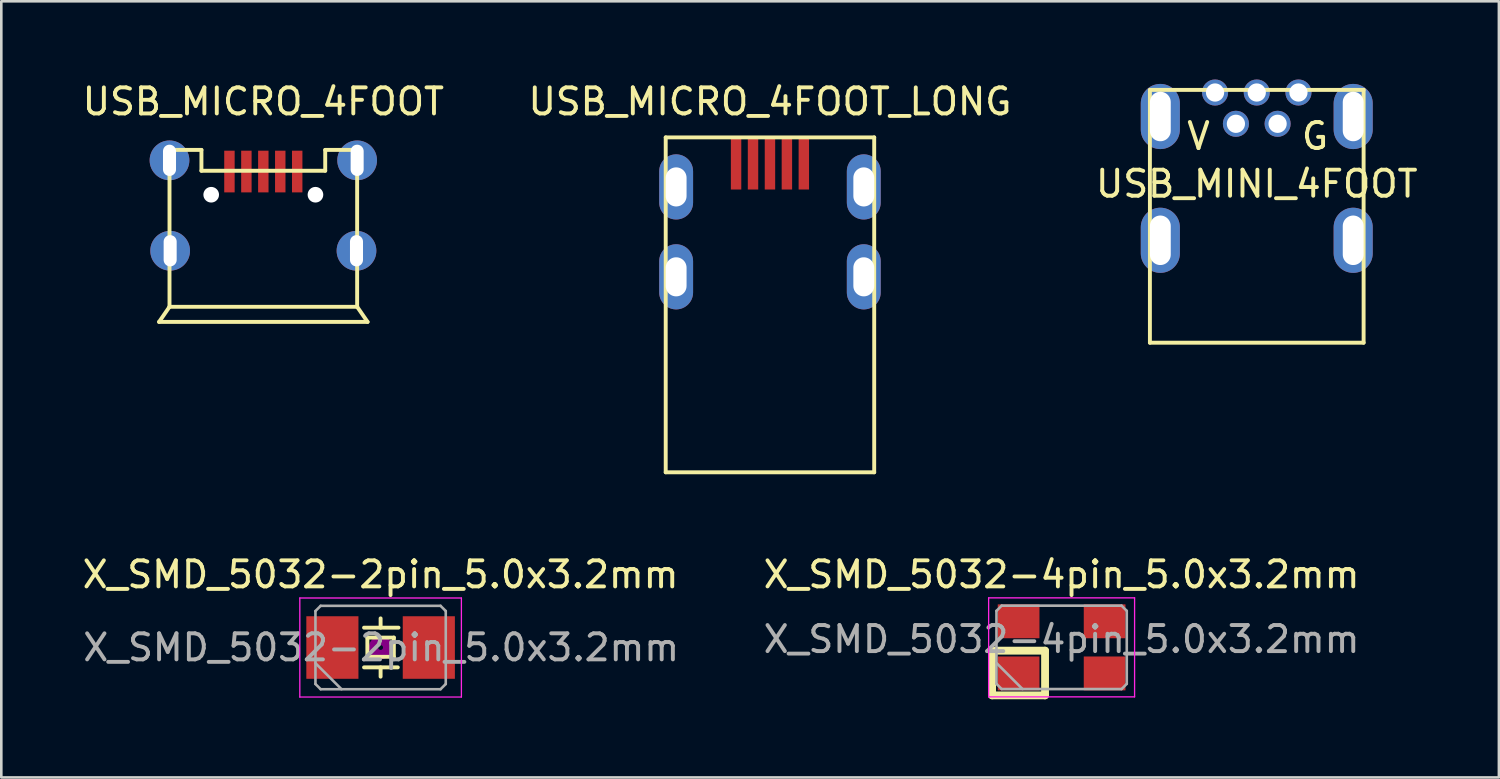
<source format=kicad_pcb>
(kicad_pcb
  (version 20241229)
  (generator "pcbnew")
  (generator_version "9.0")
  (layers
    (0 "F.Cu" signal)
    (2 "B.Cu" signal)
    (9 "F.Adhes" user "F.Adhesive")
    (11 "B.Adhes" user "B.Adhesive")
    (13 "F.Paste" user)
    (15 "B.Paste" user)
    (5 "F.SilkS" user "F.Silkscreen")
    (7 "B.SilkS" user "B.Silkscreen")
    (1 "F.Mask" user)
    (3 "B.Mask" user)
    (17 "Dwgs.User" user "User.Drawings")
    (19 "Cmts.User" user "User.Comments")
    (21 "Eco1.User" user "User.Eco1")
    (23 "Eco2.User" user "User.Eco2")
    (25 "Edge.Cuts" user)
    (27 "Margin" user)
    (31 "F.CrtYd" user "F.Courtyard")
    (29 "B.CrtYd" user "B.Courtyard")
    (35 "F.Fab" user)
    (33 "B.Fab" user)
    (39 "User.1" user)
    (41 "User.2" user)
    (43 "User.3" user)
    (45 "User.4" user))
  (footprint "USB_MINI_4FOOT"
    (layer "F.Cu")
    (at 45.173 0.5)
    (property "Reference" "USB_MINI_4FOOT" (at 0 3.505 0) (layer "F.SilkS") (effects (font (size 1 1) (thickness 0.15))))
    (attr through_hole)
    (fp_line (start -4.1 -0.1) (end -4.1 9.6) (stroke (width 0.15) (type solid)) (layer "F.SilkS"))
    (fp_line (start -4.1 -0.1) (end 4.1 -0.1) (stroke (width 0.15) (type solid)) (layer "F.SilkS"))
    (fp_line (start -4.1 9.6) (end 4.1 9.6) (stroke (width 0.15) (type solid)) (layer "F.SilkS"))
    (fp_line (start 4.1 -0.1) (end 4.1 9.6) (stroke (width 0.15) (type solid)) (layer "F.SilkS"))
    (fp_text user "V" (at -2.235 1.676 0) (layer "F.SilkS") (effects (font (size 1 1) (thickness 0.15))))
    (fp_text user "G" (at 2.235 1.676 0) (layer "F.SilkS") (effects (font (size 1 1) (thickness 0.15))))
    (pad "1" thru_hole circle (at -1.6 0) (size 1 1) (drill 0.7) (layers "*.Cu" "*.Mask"))
    (pad "2" thru_hole circle (at -0.8 1.2) (size 1 1) (drill 0.7) (layers "*.Cu" "*.Mask"))
    (pad "3" thru_hole circle (at 0 0) (size 1 1) (drill 0.7) (layers "*.Cu" "*.Mask"))
    (pad "4" thru_hole circle (at 0.8 1.2) (size 1 1) (drill 0.7) (layers "*.Cu" "*.Mask"))
    (pad "5" thru_hole circle (at 1.6 0) (size 1 1) (drill 0.7) (layers "*.Cu" "*.Mask"))
    (pad "6" thru_hole oval (at -3.7 0.92) (size 1.5 2.5) (drill oval 0.8 1.9) (layers "*.Cu" "*.Mask"))
    (pad "6" thru_hole oval (at -3.7 5.67) (size 1.5 2.5) (drill oval 0.8 1.9) (layers "*.Cu" "*.Mask"))
    (pad "6" thru_hole oval (at 3.7 0.92) (size 1.5 2.5) (drill oval 0.8 1.9) (layers "*.Cu" "*.Mask"))
    (pad "6" thru_hole oval (at 3.7 5.67) (size 1.5 2.5) (drill oval 0.8 1.9) (layers "*.Cu" "*.Mask")))
  (footprint "USB_MICRO_4FOOT"
    (layer "F.Cu")
    (at 7.054 8.722)
    (property "Reference" "USB_MICRO_4FOOT" (at 0 -7.874 0) (layer "F.SilkS") (effects (font (size 1 1) (thickness 0.15))))
    (attr through_hole)
    (fp_line (start -4 0.58) (end 4 0.58) (stroke (width 0.15) (type solid)) (layer "F.SilkS"))
    (fp_line (start -3.6 -6.02) (end -3.6 0) (stroke (width 0.15) (type solid)) (layer "F.SilkS"))
    (fp_line (start -3.6 -6.02) (end -2.375 -6.02) (stroke (width 0.15) (type solid)) (layer "F.SilkS"))
    (fp_line (start -3.6 0) (end -4 0.58) (stroke (width 0.15) (type solid)) (layer "F.SilkS"))
    (fp_line (start -3.6 0) (end 3.6 0) (stroke (width 0.15) (type solid)) (layer "F.SilkS"))
    (fp_line (start -2.375 -6.02) (end -2.375 -5.22) (stroke (width 0.15) (type solid)) (layer "F.SilkS"))
    (fp_line (start -2.375 -5.22) (end 2.375 -5.22) (stroke (width 0.15) (type solid)) (layer "F.SilkS"))
    (fp_line (start 2.375 -6.02) (end 2.375 -5.22) (stroke (width 0.15) (type solid)) (layer "F.SilkS"))
    (fp_line (start 3.6 -6.02) (end 2.375 -6.02) (stroke (width 0.15) (type solid)) (layer "F.SilkS"))
    (fp_line (start 3.6 -6.02) (end 3.6 0) (stroke (width 0.15) (type solid)) (layer "F.SilkS"))
    (fp_line (start 3.6 0) (end 4 0.58) (stroke (width 0.15) (type solid)) (layer "F.SilkS"))
    (pad "" np_thru_hole circle (at -2 -4.3) (size 0.6 0.6) (drill 0.6) (layers "*.Cu"))
    (pad "" np_thru_hole circle (at 2 -4.3) (size 0.6 0.6) (drill 0.6) (layers "*.Cu"))
    (pad "1" smd rect (at -1.3 -5.19) (size 0.4 1.6) (layers "F.Cu" "F.Mask" "F.Paste"))
    (pad "2" smd rect (at -0.65 -5.19) (size 0.4 1.6) (layers "F.Cu" "F.Mask" "F.Paste"))
    (pad "3" smd rect (at 0 -5.19) (size 0.4 1.6) (layers "F.Cu" "F.Mask" "F.Paste"))
    (pad "4" smd rect (at 0.65 -5.19) (size 0.4 1.6) (layers "F.Cu" "F.Mask" "F.Paste"))
    (pad "5" smd rect (at 1.3 -5.19) (size 0.4 1.6) (layers "F.Cu" "F.Mask" "F.Paste"))
    (pad "6" thru_hole circle (at -3.6 -5.62) (size 1.524 1.524) (drill oval 0.5 1.2) (layers "*.Cu" "*.Mask"))
    (pad "6" thru_hole circle (at -3.575 -2.15) (size 1.524 1.524) (drill oval 0.5 1.2) (layers "*.Cu" "*.Mask"))
    (pad "6" thru_hole circle (at 3.575 -2.15) (size 1.524 1.524) (drill oval 0.5 1.2) (layers "*.Cu" "*.Mask"))
    (pad "6" thru_hole circle (at 3.6 -5.62) (size 1.524 1.524) (drill oval 0.5 1.2) (layers "*.Cu" "*.Mask")))
  (footprint "X_SMD_5032-2pin_5.0x3.2mm"
    (layer "F.Cu")
    (at 11.554 21.796)
    (property "Reference" "X_SMD_5032-2pin_5.0x3.2mm" (at 0 -2.8 0) (layer "F.SilkS") (effects (font (size 1 1) (thickness 0.15))))
    (attr smd)
    (fp_line (start -0.635 -0.762) (end 0.686 -0.762) (stroke (width 0.15) (type solid)) (layer "F.SilkS"))
    (fp_line (start -0.635 0.762) (end 0.66 0.762) (stroke (width 0.15) (type solid)) (layer "F.SilkS"))
    (fp_line (start -0.508 -0.381) (end -0.508 0.356) (stroke (width 0.15) (type solid)) (layer "F.SilkS"))
    (fp_line (start -0.508 0.356) (end 0.508 0.356) (stroke (width 0.15) (type solid)) (layer "F.SilkS"))
    (fp_line (start 0 -0.762) (end 0 -1.118) (stroke (width 0.15) (type solid)) (layer "F.SilkS"))
    (fp_line (start 0 0.762) (end 0 1.118) (stroke (width 0.15) (type solid)) (layer "F.SilkS"))
    (fp_line (start 0.508 -0.381) (end -0.508 -0.381) (stroke (width 0.15) (type solid)) (layer "F.SilkS"))
    (fp_line (start 0.508 0.356) (end 0.508 -0.381) (stroke (width 0.15) (type solid)) (layer "F.SilkS"))
    (fp_circle (center 0 0) (end 0.093 0) (stroke (width 0.187) (type solid)) (fill no) (layer "F.Adhes"))
    (fp_circle (center 0 0) (end 0.213 0) (stroke (width 0.133) (type solid)) (fill no) (layer "F.Adhes"))
    (fp_circle (center 0 0) (end 0.333 0) (stroke (width 0.133) (type solid)) (fill no) (layer "F.Adhes"))
    (fp_circle (center 0 0) (end 0.4 0) (stroke (width 0.1) (type solid)) (fill no) (layer "F.Adhes"))
    (fp_line (start -3.1 -1.9) (end -3.1 1.9) (stroke (width 0.05) (type solid)) (layer "F.CrtYd"))
    (fp_line (start -3.1 1.9) (end 3.1 1.9) (stroke (width 0.05) (type solid)) (layer "F.CrtYd"))
    (fp_line (start 3.1 -1.9) (end -3.1 -1.9) (stroke (width 0.05) (type solid)) (layer "F.CrtYd"))
    (fp_line (start 3.1 1.9) (end 3.1 -1.9) (stroke (width 0.05) (type solid)) (layer "F.CrtYd"))
    (fp_line (start -2.5 -1.4) (end -2.3 -1.6) (stroke (width 0.1) (type solid)) (layer "F.Fab"))
    (fp_line (start -2.5 0.6) (end -1.5 1.6) (stroke (width 0.1) (type solid)) (layer "F.Fab"))
    (fp_line (start -2.5 1.4) (end -2.5 -1.4) (stroke (width 0.1) (type solid)) (layer "F.Fab"))
    (fp_line (start -2.3 -1.6) (end 2.3 -1.6) (stroke (width 0.1) (type solid)) (layer "F.Fab"))
    (fp_line (start -2.3 1.6) (end -2.5 1.4) (stroke (width 0.1) (type solid)) (layer "F.Fab"))
    (fp_line (start 2.3 -1.6) (end 2.5 -1.4) (stroke (width 0.1) (type solid)) (layer "F.Fab"))
    (fp_line (start 2.3 1.6) (end -2.3 1.6) (stroke (width 0.1) (type solid)) (layer "F.Fab"))
    (fp_line (start 2.5 -1.4) (end 2.5 1.4) (stroke (width 0.1) (type solid)) (layer "F.Fab"))
    (fp_line (start 2.5 1.4) (end 2.3 1.6) (stroke (width 0.1) (type solid)) (layer "F.Fab"))
    (fp_text user "${REFERENCE}" (at 0.024 0 0) (layer "F.Fab") (effects (font (size 1 1) (thickness 0.15))))
    (pad "1" smd rect (at -1.85 0) (size 2 2.4) (layers "F.Cu" "F.Mask"))
    (pad "2" smd rect (at 1.85 0) (size 2 2.4) (layers "F.Cu" "F.Mask")))
  (footprint "X_SMD_5032-4pin_5.0x3.2mm"
    (layer "F.Cu")
    (at 37.685 21.79)
    (property "Reference" "X_SMD_5032-4pin_5.0x3.2mm" (at 0 -2.794 0) (layer "F.SilkS") (effects (font (size 1 1) (thickness 0.15))))
    (attr smd)
    (fp_line (start -2.667 0.127) (end -0.635 0.127) (stroke (width 0.3) (type solid)) (layer "F.SilkS"))
    (fp_line (start -2.667 1.841) (end -2.667 0.127) (stroke (width 0.3) (type solid)) (layer "F.SilkS"))
    (fp_line (start -0.635 0.127) (end -0.635 1.841) (stroke (width 0.3) (type solid)) (layer "F.SilkS"))
    (fp_line (start -0.635 1.841) (end -2.667 1.841) (stroke (width 0.3) (type solid)) (layer "F.SilkS"))
    (fp_line (start -2.8 -1.9) (end -2.8 1.9) (stroke (width 0.05) (type solid)) (layer "F.CrtYd"))
    (fp_line (start -2.8 1.9) (end 2.8 1.9) (stroke (width 0.05) (type solid)) (layer "F.CrtYd"))
    (fp_line (start 2.8 -1.9) (end -2.8 -1.9) (stroke (width 0.05) (type solid)) (layer "F.CrtYd"))
    (fp_line (start 2.8 1.9) (end 2.8 -1.9) (stroke (width 0.05) (type solid)) (layer "F.CrtYd"))
    (fp_line (start -2.5 -1.4) (end -2.3 -1.6) (stroke (width 0.1) (type solid)) (layer "F.Fab"))
    (fp_line (start -2.5 0.6) (end -1.5 1.6) (stroke (width 0.1) (type solid)) (layer "F.Fab"))
    (fp_line (start -2.5 1.4) (end -2.5 -1.4) (stroke (width 0.1) (type solid)) (layer "F.Fab"))
    (fp_line (start -2.3 -1.6) (end 2.3 -1.6) (stroke (width 0.1) (type solid)) (layer "F.Fab"))
    (fp_line (start -2.3 1.6) (end -2.5 1.4) (stroke (width 0.1) (type solid)) (layer "F.Fab"))
    (fp_line (start 2.3 -1.6) (end 2.5 -1.4) (stroke (width 0.1) (type solid)) (layer "F.Fab"))
    (fp_line (start 2.3 1.6) (end -2.3 1.6) (stroke (width 0.1) (type solid)) (layer "F.Fab"))
    (fp_line (start 2.5 -1.4) (end 2.5 1.4) (stroke (width 0.1) (type solid)) (layer "F.Fab"))
    (fp_line (start 2.5 1.4) (end 2.3 1.6) (stroke (width 0.1) (type solid)) (layer "F.Fab"))
    (fp_text user "${REFERENCE}" (at 0 -0.311 0) (layer "F.Fab") (effects (font (size 1 1) (thickness 0.15))))
    (pad "1" smd rect (at -1.65 1) (size 1.6 1.3) (layers "F.Cu" "F.Mask"))
    (pad "2" smd rect (at 1.65 1) (size 1.6 1.3) (layers "F.Cu" "F.Mask"))
    (pad "3" smd rect (at 1.65 -1) (size 1.6 1.3) (layers "F.Cu" "F.Mask"))
    (pad "4" smd rect (at -1.65 -1) (size 1.6 1.3) (layers "F.Cu" "F.Mask")))
  (footprint "USB_MICRO_4FOOT_LONG"
    (layer "F.Cu")
    (at 26.494 8.722)
    (property "Reference" "USB_MICRO_4FOOT_LONG" (at 0 -7.874 0) (layer "F.SilkS") (effects (font (size 1 1) (thickness 0.15))))
    (attr through_hole)
    (fp_line (start -4 -6.5) (end -4 6.35) (stroke (width 0.15) (type solid)) (layer "F.SilkS"))
    (fp_line (start -4 -6.5) (end 4 -6.5) (stroke (width 0.15) (type solid)) (layer "F.SilkS"))
    (fp_line (start -4 6.35) (end 4 6.35) (stroke (width 0.15) (type solid)) (layer "F.SilkS"))
    (fp_line (start 4 -6.5) (end 4 6.35) (stroke (width 0.15) (type solid)) (layer "F.SilkS"))
    (pad "1" smd rect (at -1.3 -5.5) (size 0.4 2) (layers "F.Cu" "F.Mask" "F.Paste"))
    (pad "2" smd rect (at -0.65 -5.5) (size 0.4 2) (layers "F.Cu" "F.Mask" "F.Paste"))
    (pad "3" smd rect (at 0 -5.5) (size 0.4 2) (layers "F.Cu" "F.Mask" "F.Paste"))
    (pad "4" smd rect (at 0.65 -5.5) (size 0.4 2) (layers "F.Cu" "F.Mask" "F.Paste"))
    (pad "5" smd rect (at 1.3 -5.5) (size 0.4 2) (layers "F.Cu" "F.Mask" "F.Paste"))
    (pad "6" thru_hole oval (at -3.6 -4.6) (size 1.3 2.5) (drill oval 0.8 1.5) (layers "*.Cu" "*.Mask"))
    (pad "6" thru_hole oval (at -3.6 -1.15) (size 1.3 2.5) (drill oval 0.8 1.5) (layers "*.Cu" "*.Mask"))
    (pad "6" thru_hole oval (at 3.6 -4.6) (size 1.3 2.5) (drill oval 0.8 1.5) (layers "*.Cu" "*.Mask"))
    (pad "6" thru_hole oval (at 3.6 -1.15) (size 1.3 2.5) (drill oval 0.8 1.5) (layers "*.Cu" "*.Mask")))
  (gr_rect
    (start -3 -3)
    (end 54.464 26.781)
    (stroke (width 0.1) (type default))
    (fill no)
    (layer "Edge.Cuts")))
</source>
